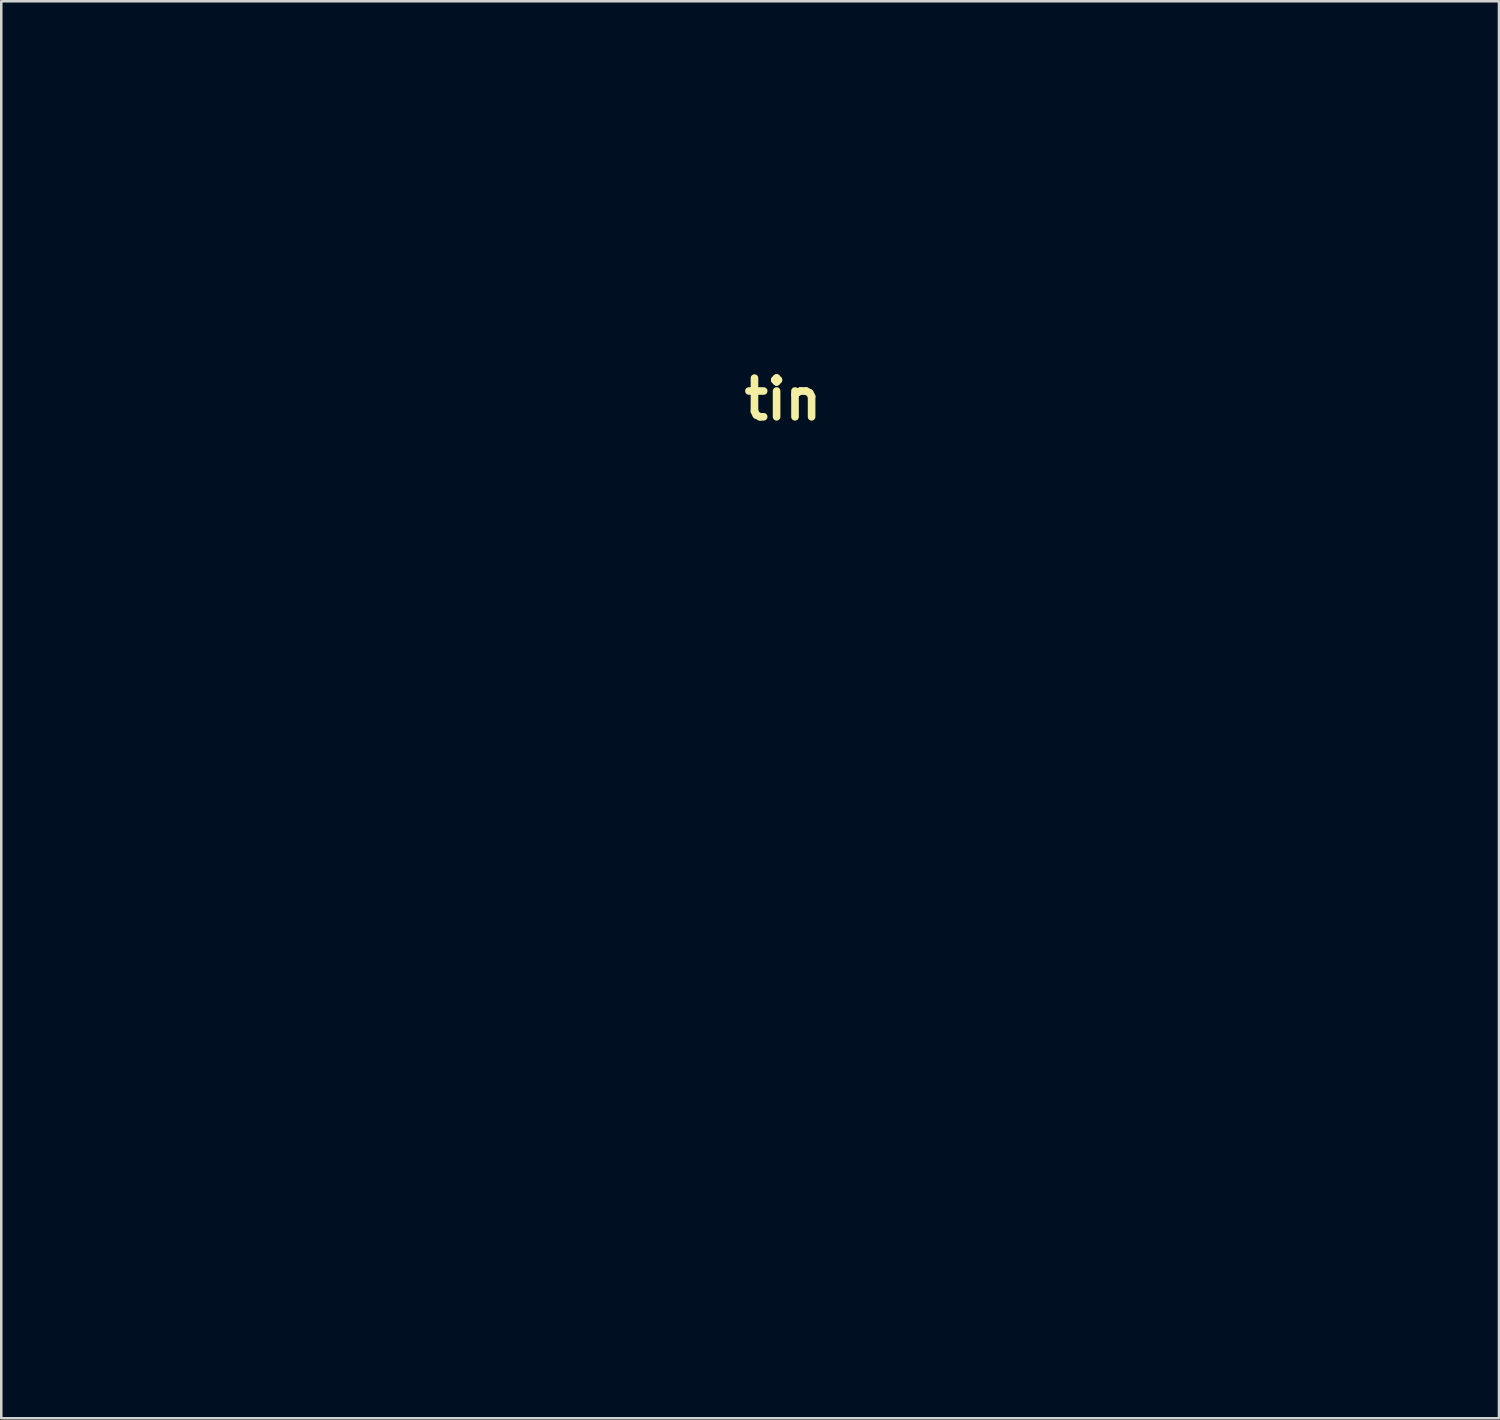
<source format=kicad_pcb>
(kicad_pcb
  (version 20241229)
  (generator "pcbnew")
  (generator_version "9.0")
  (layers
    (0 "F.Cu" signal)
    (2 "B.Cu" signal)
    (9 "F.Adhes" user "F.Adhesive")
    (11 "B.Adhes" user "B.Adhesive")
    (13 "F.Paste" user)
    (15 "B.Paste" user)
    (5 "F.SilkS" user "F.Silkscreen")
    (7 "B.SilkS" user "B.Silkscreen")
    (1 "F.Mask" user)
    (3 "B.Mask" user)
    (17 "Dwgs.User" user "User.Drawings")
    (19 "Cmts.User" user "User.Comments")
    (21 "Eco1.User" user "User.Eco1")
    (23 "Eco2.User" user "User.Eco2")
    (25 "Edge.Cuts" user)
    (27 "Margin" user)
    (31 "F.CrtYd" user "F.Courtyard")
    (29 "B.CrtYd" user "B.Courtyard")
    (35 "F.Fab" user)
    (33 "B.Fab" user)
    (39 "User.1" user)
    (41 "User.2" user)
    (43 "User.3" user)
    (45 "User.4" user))
  (footprint "tin"
    (layer "F.Cu")
    (at 27.791 12.677)
    (property "Reference" "tin" (at 0 0 0) (layer "F.SilkS") (effects (font (size 1.524 1.524) (thickness 0.3))))
    (attr through_hole)
    (fp_poly (pts (xy 21.556 20.555) (xy 21.471 20.732) (xy 21.461 20.747) (xy 21.318 20.979) (xy 21.134 21.295) (xy 21.035 21.472) (xy 20.735 21.982) (xy 20.423 22.462) (xy 20.134 22.857) (xy 19.953 23.068) (xy 19.745 23.327) (xy 19.596 23.568) (xy 19.345 23.997) (xy 18.977 24.544) (xy 18.513 25.183) (xy 17.973 25.886) (xy 17.379 26.626) (xy 16.751 27.375) (xy 16.35 27.836) (xy 16.024 28.208) (xy 15.715 28.562) (xy 15.468 28.847) (xy 15.368 28.965) (xy 15.137 29.209) (xy 14.98 29.293) (xy 14.869 29.23) (xy 14.855 29.208) (xy 14.869 29.072) (xy 14.937 28.977) (xy 15.001 28.898) (xy 15.081 28.76) (xy 15.19 28.541) (xy 15.338 28.213) (xy 15.539 27.752) (xy 15.804 27.133) (xy 15.818 27.1) (xy 15.95 26.805) (xy 16.047 26.6) (xy 16.121 26.425) (xy 16.247 26.098) (xy 16.413 25.657) (xy 16.603 25.138) (xy 16.752 24.726) (xy 17.333 23.102) (xy 18.766 22.298) (xy 19.262 22.015) (xy 19.705 21.753) (xy 20.063 21.532) (xy 20.301 21.374) (xy 20.374 21.316) (xy 20.616 21.096) (xy 20.903 20.867) (xy 21.184 20.667) (xy 21.406 20.533) (xy 21.501 20.5) (xy 21.556 20.555)) (stroke (width 0.01) (type solid)) (fill yes) (layer "F.Mask"))
    (fp_poly (pts (xy -11.144 17.845) (xy -10.622 17.871) (xy -10.168 17.9) (xy -9.62 17.933) (xy -8.915 17.966) (xy -8.096 18) (xy -7.208 18.031) (xy -6.292 18.059) (xy -5.394 18.081) (xy -5.2 18.085) (xy -1.95 18.15) (xy -1.886 19.25) (xy -1.866 19.66) (xy -1.844 20.227) (xy -1.82 20.911) (xy -1.797 21.667) (xy -1.775 22.455) (xy -1.761 23.025) (xy -1.7 25.7) (xy -2.875 25.68) (xy -3.435 25.669) (xy -4.012 25.656) (xy -4.525 25.641) (xy -4.8 25.632) (xy -5.397 25.603) (xy -6.079 25.559) (xy -6.815 25.502) (xy -7.575 25.436) (xy -8.328 25.364) (xy -9.043 25.288) (xy -9.69 25.214) (xy -10.238 25.142) (xy -10.656 25.077) (xy -10.914 25.021) (xy -10.952 25.008) (xy -11.025 24.959) (xy -11.088 24.863) (xy -11.147 24.691) (xy -11.207 24.418) (xy -11.277 24.018) (xy -11.36 23.463) (xy -11.428 22.987) (xy -11.527 22.272) (xy -11.629 21.516) (xy -11.724 20.782) (xy -11.805 20.136) (xy -11.851 19.75) (xy -11.913 19.238) (xy -11.972 18.777) (xy -12.022 18.415) (xy -12.057 18.199) (xy -12.06 18.187) (xy -12.066 17.958) (xy -12.003 17.852) (xy -11.869 17.835) (xy -11.571 17.833) (xy -11.144 17.845)) (stroke (width 0.01) (type solid)) (fill yes) (layer "F.Mask"))
    (fp_poly (pts (xy -27.421 14.224) (xy -27.229 14.331) (xy -26.661 14.644) (xy -25.946 14.972) (xy -25.133 15.297) (xy -24.272 15.6) (xy -23.411 15.862) (xy -22.663 16.05) (xy -22.242 16.159) (xy -21.981 16.267) (xy -21.838 16.394) (xy -21.815 16.432) (xy -21.755 16.607) (xy -21.667 16.935) (xy -21.561 17.375) (xy -21.448 17.883) (xy -21.413 18.05) (xy -21.269 18.705) (xy -21.094 19.433) (xy -20.913 20.141) (xy -20.758 20.7) (xy -20.623 21.183) (xy -20.516 21.605) (xy -20.445 21.926) (xy -20.421 22.104) (xy -20.422 22.115) (xy -20.462 22.181) (xy -20.57 22.181) (xy -20.779 22.105) (xy -21.122 21.944) (xy -21.25 21.881) (xy -21.62 21.689) (xy -21.924 21.516) (xy -22.115 21.391) (xy -22.15 21.36) (xy -22.292 21.251) (xy -22.55 21.101) (xy -22.75 21) (xy -23.201 20.753) (xy -23.673 20.443) (xy -24.122 20.104) (xy -24.504 19.771) (xy -24.773 19.479) (xy -24.85 19.363) (xy -24.989 19.136) (xy -25.1 19.01) (xy -25.123 19) (xy -25.198 18.923) (xy -25.2 18.899) (xy -25.248 18.777) (xy -25.376 18.521) (xy -25.566 18.172) (xy -25.763 17.824) (xy -26.066 17.288) (xy -26.399 16.678) (xy -26.709 16.094) (xy -26.825 15.868) (xy -27.053 15.437) (xy -27.276 15.049) (xy -27.465 14.754) (xy -27.562 14.628) (xy -27.756 14.366) (xy -27.786 14.2) (xy -27.668 14.148) (xy -27.421 14.224)) (stroke (width 0.01) (type solid)) (fill yes) (layer "F.Mask"))
    (fp_poly (pts (xy 9.448 18.46) (xy 9.416 18.78) (xy 9.369 19.224) (xy 9.311 19.753) (xy 9.245 20.33) (xy 9.177 20.914) (xy 9.111 21.468) (xy 9.051 21.952) (xy 9.003 22.329) (xy 8.971 22.56) (xy 8.963 22.6) (xy 8.922 22.818) (xy 8.86 23.178) (xy 8.774 23.701) (xy 8.698 24.176) (xy 8.619 24.595) (xy 8.517 24.857) (xy 8.349 25.008) (xy 8.073 25.091) (xy 7.75 25.137) (xy 7.451 25.172) (xy 7.014 25.224) (xy 6.499 25.286) (xy 6 25.346) (xy 5.345 25.416) (xy 4.618 25.48) (xy 3.847 25.538) (xy 3.056 25.587) (xy 2.273 25.627) (xy 1.522 25.658) (xy 0.831 25.677) (xy 0.225 25.684) (xy -0.269 25.679) (xy -0.626 25.659) (xy -0.82 25.625) (xy -0.845 25.608) (xy -0.864 25.486) (xy -0.886 25.193) (xy -0.911 24.754) (xy -0.938 24.198) (xy -0.966 23.552) (xy -0.994 22.843) (xy -1.022 22.099) (xy -1.047 21.347) (xy -1.069 20.616) (xy -1.088 19.931) (xy -1.102 19.321) (xy -1.109 18.814) (xy -1.11 18.436) (xy -1.107 18.275) (xy -1.092 18.219) (xy -1.035 18.176) (xy -0.912 18.145) (xy -0.701 18.124) (xy -0.377 18.11) (xy 0.084 18.102) (xy 0.705 18.098) (xy 1.225 18.097) (xy 2.348 18.088) (xy 3.562 18.065) (xy 4.813 18.029) (xy 6.047 17.982) (xy 7.209 17.927) (xy 8.246 17.865) (xy 8.592 17.84) (xy 9.509 17.771) (xy 9.448 18.46)) (stroke (width 0.01) (type solid)) (fill yes) (layer "F.Mask"))
    (fp_poly (pts (xy 8.362 26.059) (xy 8.244 26.746) (xy 8.15 27.252) (xy 8.077 27.595) (xy 8.02 27.793) (xy 7.993 27.85) (xy 7.939 27.99) (xy 7.86 28.271) (xy 7.77 28.638) (xy 7.751 28.725) (xy 7.661 29.087) (xy 7.576 29.359) (xy 7.51 29.493) (xy 7.498 29.5) (xy 7.424 29.587) (xy 7.352 29.798) (xy 7.346 29.825) (xy 7.207 30.35) (xy 6.999 30.996) (xy 6.739 31.716) (xy 6.446 32.466) (xy 6.139 33.197) (xy 5.836 33.865) (xy 5.556 34.423) (xy 5.368 34.747) (xy 5.09 35.125) (xy 4.723 35.552) (xy 4.332 35.954) (xy 3.985 36.259) (xy 3.775 36.368) (xy 3.596 36.425) (xy 2.574 36.651) (xy 1.719 36.824) (xy 1.005 36.95) (xy 0.408 37.031) (xy 0.025 37.066) (xy -0.9 37.13) (xy -0.9 31.885) (xy -0.899 30.647) (xy -0.895 29.597) (xy -0.889 28.724) (xy -0.879 28.015) (xy -0.866 27.458) (xy -0.85 27.041) (xy -0.829 26.754) (xy -0.805 26.583) (xy -0.78 26.52) (xy -0.645 26.469) (xy -0.349 26.432) (xy 0.119 26.41) (xy 0.772 26.4) (xy 0.97 26.4) (xy 1.516 26.395) (xy 1.984 26.382) (xy 2.341 26.361) (xy 2.554 26.335) (xy 2.6 26.315) (xy 2.694 26.279) (xy 2.95 26.239) (xy 3.331 26.2) (xy 3.799 26.167) (xy 3.875 26.163) (xy 4.936 26.088) (xy 6.114 25.972) (xy 7.33 25.825) (xy 7.939 25.74) (xy 8.428 25.669) (xy 8.362 26.059)) (stroke (width 0.01) (type solid)) (fill yes) (layer "F.Mask"))
    (fp_poly (pts (xy 18.796 16.627) (xy 18.827 16.84) (xy 18.792 17.217) (xy 18.691 17.765) (xy 18.558 18.35) (xy 18.434 18.84) (xy 18.286 19.383) (xy 18.124 19.944) (xy 17.96 20.488) (xy 17.805 20.98) (xy 17.668 21.386) (xy 17.561 21.67) (xy 17.495 21.799) (xy 17.492 21.801) (xy 17.413 21.927) (xy 17.349 22.119) (xy 17.237 22.378) (xy 17.116 22.535) (xy 16.912 22.66) (xy 16.538 22.831) (xy 16.015 23.038) (xy 15.366 23.274) (xy 14.802 23.465) (xy 14.443 23.591) (xy 14.163 23.702) (xy 14.013 23.777) (xy 14.002 23.788) (xy 13.911 23.842) (xy 13.691 23.918) (xy 13.33 24.02) (xy 12.813 24.151) (xy 12.129 24.315) (xy 11.264 24.514) (xy 11.106 24.55) (xy 10.434 24.7) (xy 9.931 24.804) (xy 9.572 24.865) (xy 9.331 24.886) (xy 9.182 24.87) (xy 9.1 24.82) (xy 9.07 24.767) (xy 9.058 24.596) (xy 9.084 24.311) (xy 9.109 24.153) (xy 9.17 23.761) (xy 9.238 23.21) (xy 9.309 22.543) (xy 9.379 21.802) (xy 9.444 21.027) (xy 9.501 20.262) (xy 9.546 19.548) (xy 9.556 19.35) (xy 9.588 18.834) (xy 9.627 18.385) (xy 9.671 18.043) (xy 9.713 17.849) (xy 9.725 17.825) (xy 9.88 17.751) (xy 10.163 17.706) (xy 10.337 17.699) (xy 10.817 17.681) (xy 11.451 17.629) (xy 12.246 17.54) (xy 13.209 17.414) (xy 14.347 17.251) (xy 15.668 17.049) (xy 17 16.836) (xy 17.543 16.749) (xy 18.022 16.672) (xy 18.401 16.612) (xy 18.641 16.576) (xy 18.7 16.567) (xy 18.796 16.627)) (stroke (width 0.01) (type solid)) (fill yes) (layer "F.Mask"))
    (fp_poly (pts (xy -23.933 20.537) (xy -23.69 20.69) (xy -23.342 20.972) (xy -23.1 21.187) (xy -22.849 21.405) (xy -22.653 21.555) (xy -22.565 21.6) (xy -22.432 21.653) (xy -22.226 21.782) (xy -22.215 21.789) (xy -22.018 21.912) (xy -21.691 22.097) (xy -21.285 22.317) (xy -20.95 22.493) (xy -20.493 22.735) (xy -20.182 22.923) (xy -19.979 23.085) (xy -19.847 23.249) (xy -19.778 23.378) (xy -19.667 23.648) (xy -19.606 23.854) (xy -19.603 23.888) (xy -19.567 24.036) (xy -19.472 24.321) (xy -19.336 24.696) (xy -19.243 24.938) (xy -19.04 25.457) (xy -18.819 26.025) (xy -18.62 26.537) (xy -18.577 26.65) (xy -18.38 27.136) (xy -18.171 27.617) (xy -17.967 28.052) (xy -17.789 28.404) (xy -17.653 28.634) (xy -17.595 28.701) (xy -17.515 28.827) (xy -17.447 29.026) (xy -17.42 29.227) (xy -17.479 29.294) (xy -17.628 29.22) (xy -17.875 29) (xy -18.225 28.631) (xy -18.685 28.107) (xy -18.861 27.9) (xy -19.241 27.455) (xy -19.579 27.069) (xy -19.853 26.765) (xy -20.042 26.567) (xy -20.122 26.5) (xy -20.198 26.424) (xy -20.2 26.404) (xy -20.258 26.291) (xy -20.414 26.056) (xy -20.645 25.733) (xy -20.909 25.381) (xy -21.244 24.928) (xy -21.579 24.449) (xy -21.868 24.014) (xy -22.012 23.78) (xy -22.215 23.449) (xy -22.395 23.185) (xy -22.519 23.039) (xy -22.532 23.029) (xy -22.665 22.897) (xy -22.859 22.642) (xy -23.092 22.301) (xy -23.341 21.912) (xy -23.585 21.51) (xy -23.799 21.133) (xy -23.963 20.818) (xy -24.053 20.601) (xy -24.057 20.524) (xy -23.933 20.537)) (stroke (width 0.01) (type solid)) (fill yes) (layer "F.Mask"))
    (fp_poly (pts (xy 25.194 14.258) (xy 25.134 14.425) (xy 25 14.6) (xy 24.858 14.793) (xy 24.8 14.925) (xy 24.747 15.065) (xy 24.617 15.276) (xy 24.607 15.29) (xy 24.47 15.509) (xy 24.282 15.843) (xy 24.08 16.228) (xy 24.04 16.306) (xy 23.793 16.782) (xy 23.509 17.306) (xy 23.257 17.75) (xy 23.046 18.119) (xy 22.862 18.455) (xy 22.74 18.694) (xy 22.728 18.721) (xy 22.583 18.988) (xy 22.452 19.171) (xy 22.293 19.358) (xy 22.078 19.616) (xy 21.994 19.718) (xy 21.766 19.941) (xy 21.421 20.219) (xy 21.011 20.515) (xy 20.59 20.792) (xy 20.212 21.013) (xy 19.931 21.141) (xy 19.925 21.143) (xy 19.751 21.225) (xy 19.7 21.289) (xy 19.618 21.359) (xy 19.404 21.494) (xy 19.101 21.67) (xy 18.756 21.862) (xy 18.414 22.045) (xy 18.12 22.194) (xy 17.919 22.284) (xy 17.863 22.3) (xy 17.81 22.217) (xy 17.8 22.117) (xy 17.83 21.946) (xy 17.91 21.638) (xy 18.027 21.242) (xy 18.106 20.992) (xy 18.262 20.484) (xy 18.427 19.892) (xy 18.592 19.257) (xy 18.748 18.617) (xy 18.887 18.012) (xy 18.997 17.48) (xy 19.071 17.063) (xy 19.098 16.797) (xy 19.098 16.797) (xy 19.144 16.58) (xy 19.293 16.399) (xy 19.571 16.241) (xy 20.002 16.088) (xy 20.486 15.958) (xy 20.952 15.836) (xy 21.388 15.712) (xy 21.728 15.602) (xy 21.848 15.557) (xy 22.12 15.457) (xy 22.326 15.403) (xy 22.358 15.4) (xy 22.493 15.359) (xy 22.77 15.245) (xy 23.153 15.075) (xy 23.605 14.865) (xy 23.742 14.8) (xy 24.204 14.582) (xy 24.604 14.399) (xy 24.907 14.268) (xy 25.077 14.204) (xy 25.096 14.2) (xy 25.194 14.258)) (stroke (width 0.01) (type solid)) (fill yes) (layer "F.Mask"))
    (fp_poly (pts (xy -10.358 25.755) (xy -10.029 25.793) (xy -9.508 25.86) (xy -8.925 25.936) (xy -8.463 25.996) (xy -8.034 26.043) (xy -7.483 26.093) (xy -6.888 26.137) (xy -6.438 26.164) (xy -5.967 26.196) (xy -5.579 26.234) (xy -5.31 26.274) (xy -5.201 26.312) (xy -5.2 26.315) (xy -5.106 26.344) (xy -4.845 26.368) (xy -4.451 26.387) (xy -3.958 26.398) (xy -3.608 26.4) (xy -3.054 26.404) (xy -2.563 26.414) (xy -2.174 26.429) (xy -1.924 26.448) (xy -1.858 26.461) (xy -1.823 26.49) (xy -1.794 26.56) (xy -1.769 26.685) (xy -1.749 26.882) (xy -1.734 27.167) (xy -1.722 27.554) (xy -1.713 28.06) (xy -1.707 28.701) (xy -1.703 29.492) (xy -1.701 30.448) (xy -1.7 31.586) (xy -1.7 31.811) (xy -1.7 37.1) (xy -2.325 37.086) (xy -2.702 37.072) (xy -3.032 37.05) (xy -3.2 37.03) (xy -3.399 36.993) (xy -3.745 36.925) (xy -4.19 36.836) (xy -4.686 36.736) (xy -5.183 36.635) (xy -5.633 36.543) (xy -5.988 36.469) (xy -6.191 36.425) (xy -6.373 36.369) (xy -6.551 36.273) (xy -6.753 36.11) (xy -7.009 35.858) (xy -7.346 35.492) (xy -7.604 35.2) (xy -7.84 34.873) (xy -8.118 34.388) (xy -8.424 33.78) (xy -8.743 33.083) (xy -9.058 32.332) (xy -9.356 31.559) (xy -9.621 30.8) (xy -9.762 30.35) (xy -9.886 29.953) (xy -9.996 29.634) (xy -10.077 29.438) (xy -10.103 29.4) (xy -10.149 29.29) (xy -10.23 29.02) (xy -10.336 28.622) (xy -10.458 28.132) (xy -10.537 27.8) (xy -10.665 27.255) (xy -10.781 26.765) (xy -10.876 26.37) (xy -10.94 26.11) (xy -10.959 26.036) (xy -10.977 25.871) (xy -10.901 25.774) (xy -10.704 25.737) (xy -10.358 25.755)) (stroke (width 0.01) (type solid)) (fill yes) (layer "F.Mask"))
    (fp_poly (pts (xy -21.028 16.603) (xy -20.651 16.66) (xy -20.4 16.706) (xy -19.938 16.791) (xy -19.347 16.888) (xy -18.699 16.986) (xy -18.062 17.076) (xy -17.95 17.091) (xy -17.383 17.168) (xy -16.848 17.245) (xy -16.396 17.314) (xy -16.075 17.37) (xy -16 17.385) (xy -15.735 17.428) (xy -15.322 17.48) (xy -14.811 17.535) (xy -14.254 17.586) (xy -14.1 17.599) (xy -13.567 17.643) (xy -13.092 17.686) (xy -12.717 17.722) (xy -12.485 17.748) (xy -12.444 17.755) (xy -12.373 17.779) (xy -12.318 17.837) (xy -12.275 17.957) (xy -12.239 18.164) (xy -12.206 18.484) (xy -12.171 18.945) (xy -12.132 19.572) (xy -12.12 19.772) (xy -12.069 20.499) (xy -12.004 21.268) (xy -11.931 22.015) (xy -11.856 22.676) (xy -11.8 23.084) (xy -11.705 23.724) (xy -11.641 24.193) (xy -11.611 24.516) (xy -11.615 24.722) (xy -11.657 24.835) (xy -11.737 24.884) (xy -11.857 24.893) (xy -11.925 24.892) (xy -12.183 24.864) (xy -12.557 24.798) (xy -12.969 24.709) (xy -13 24.701) (xy -13.389 24.608) (xy -13.908 24.485) (xy -14.491 24.348) (xy -15.074 24.212) (xy -15.125 24.201) (xy -15.618 24.081) (xy -16.033 23.971) (xy -16.334 23.88) (xy -16.488 23.818) (xy -16.5 23.805) (xy -16.588 23.738) (xy -16.816 23.642) (xy -17.075 23.557) (xy -17.46 23.437) (xy -17.825 23.315) (xy -18 23.252) (xy -18.288 23.143) (xy -18.667 22.999) (xy -18.95 22.893) (xy -19.34 22.741) (xy -19.586 22.617) (xy -19.733 22.48) (xy -19.827 22.291) (xy -19.901 22.048) (xy -19.99 21.783) (xy -20.073 21.623) (xy -20.103 21.6) (xy -20.166 21.511) (xy -20.261 21.276) (xy -20.37 20.943) (xy -20.39 20.875) (xy -20.518 20.442) (xy -20.648 20.016) (xy -20.748 19.7) (xy -20.891 19.233) (xy -21.034 18.714) (xy -21.166 18.181) (xy -21.282 17.67) (xy -21.372 17.219) (xy -21.428 16.865) (xy -21.443 16.644) (xy -21.429 16.593) (xy -21.303 16.579) (xy -21.028 16.603)) (stroke (width 0.01) (type solid)) (fill yes) (layer "F.Mask"))
    (fp_poly (pts (xy -19.007 23.365) (xy -18.789 23.455) (xy -18.51 23.593) (xy -18.304 23.717) (xy -18.26 23.753) (xy -18.1 23.841) (xy -17.775 23.967) (xy -17.313 24.121) (xy -16.745 24.296) (xy -16.1 24.483) (xy -15.406 24.676) (xy -14.695 24.865) (xy -13.994 25.043) (xy -13.333 25.201) (xy -12.742 25.331) (xy -12.25 25.426) (xy -12.072 25.454) (xy -11.648 25.582) (xy -11.389 25.816) (xy -11.3 26.154) (xy -11.3 26.16) (xy -11.276 26.362) (xy -11.21 26.705) (xy -11.11 27.156) (xy -10.985 27.684) (xy -10.843 28.256) (xy -10.693 28.839) (xy -10.543 29.401) (xy -10.401 29.909) (xy -10.276 30.331) (xy -10.176 30.635) (xy -10.11 30.788) (xy -10.096 30.8) (xy -10.023 30.887) (xy -9.952 31.098) (xy -9.946 31.125) (xy -9.858 31.434) (xy -9.73 31.783) (xy -9.702 31.85) (xy -9.585 32.123) (xy -9.421 32.514) (xy -9.236 32.956) (xy -9.155 33.15) (xy -8.925 33.667) (xy -8.653 34.23) (xy -8.388 34.734) (xy -8.333 34.834) (xy -8.139 35.182) (xy -7.995 35.459) (xy -7.921 35.624) (xy -7.917 35.651) (xy -8.021 35.637) (xy -8.262 35.568) (xy -8.59 35.46) (xy -8.624 35.449) (xy -9.007 35.307) (xy -9.352 35.168) (xy -9.573 35.066) (xy -9.784 34.958) (xy -10.118 34.789) (xy -10.518 34.589) (xy -10.728 34.485) (xy -11.15 34.264) (xy -11.54 34.038) (xy -11.838 33.844) (xy -11.928 33.775) (xy -12.23 33.55) (xy -12.55 33.358) (xy -12.591 33.337) (xy -12.819 33.208) (xy -13.153 32.994) (xy -13.54 32.729) (xy -13.772 32.562) (xy -14.176 32.268) (xy -14.567 31.984) (xy -14.888 31.753) (xy -15.011 31.664) (xy -15.585 31.172) (xy -16.146 30.539) (xy -16.653 29.822) (xy -17.065 29.081) (xy -17.296 28.512) (xy -17.407 28.222) (xy -17.515 28.008) (xy -17.55 27.962) (xy -17.663 27.79) (xy -17.833 27.457) (xy -18.047 26.989) (xy -18.295 26.413) (xy -18.565 25.755) (xy -18.844 25.042) (xy -18.909 24.871) (xy -19.133 24.266) (xy -19.276 23.826) (xy -19.336 23.533) (xy -19.312 23.371) (xy -19.203 23.321) (xy -19.007 23.365)) (stroke (width 0.01) (type solid)) (fill yes) (layer "F.Mask"))
    (fp_poly (pts (xy 16.789 23.382) (xy 16.8 23.458) (xy 16.768 23.624) (xy 16.685 23.919) (xy 16.57 24.283) (xy 16.443 24.658) (xy 16.323 24.984) (xy 16.231 25.204) (xy 16.205 25.25) (xy 16.134 25.396) (xy 16.028 25.661) (xy 15.959 25.85) (xy 15.813 26.242) (xy 15.64 26.671) (xy 15.458 27.099) (xy 15.284 27.483) (xy 15.137 27.786) (xy 15.033 27.967) (xy 14.999 28) (xy 14.924 28.084) (xy 14.814 28.297) (xy 14.758 28.425) (xy 14.302 29.429) (xy 13.817 30.253) (xy 13.292 30.917) (xy 13.244 30.968) (xy 12.963 31.252) (xy 12.731 31.469) (xy 12.585 31.588) (xy 12.557 31.6) (xy 12.443 31.659) (xy 12.229 31.813) (xy 12.014 31.983) (xy 11.486 32.391) (xy 10.863 32.827) (xy 10.231 33.232) (xy 9.857 33.451) (xy 9.553 33.635) (xy 9.302 33.811) (xy 9.213 33.887) (xy 9.049 34.003) (xy 8.741 34.181) (xy 8.326 34.403) (xy 7.841 34.649) (xy 7.324 34.901) (xy 6.813 35.139) (xy 6.346 35.346) (xy 6.108 35.444) (xy 5.707 35.599) (xy 5.459 35.679) (xy 5.333 35.693) (xy 5.3 35.652) (xy 5.35 35.55) (xy 5.481 35.328) (xy 5.663 35.036) (xy 5.929 34.574) (xy 6.229 33.978) (xy 6.538 33.306) (xy 6.828 32.615) (xy 7.075 31.962) (xy 7.162 31.705) (xy 7.286 31.345) (xy 7.397 31.065) (xy 7.474 30.915) (xy 7.485 30.905) (xy 7.558 30.776) (xy 7.667 30.483) (xy 7.801 30.057) (xy 7.953 29.529) (xy 8.113 28.93) (xy 8.273 28.291) (xy 8.424 27.644) (xy 8.509 27.25) (xy 8.625 26.721) (xy 8.733 26.259) (xy 8.826 25.9) (xy 8.894 25.681) (xy 8.916 25.636) (xy 9.063 25.555) (xy 9.331 25.482) (xy 9.478 25.456) (xy 10.101 25.353) (xy 10.856 25.198) (xy 11.689 25.006) (xy 12.543 24.79) (xy 13.362 24.562) (xy 13.4 24.55) (xy 13.933 24.389) (xy 14.447 24.224) (xy 14.908 24.07) (xy 15.277 23.937) (xy 15.521 23.84) (xy 15.6 23.795) (xy 15.717 23.718) (xy 15.952 23.6) (xy 16.238 23.472) (xy 16.505 23.363) (xy 16.686 23.303) (xy 16.713 23.3) (xy 16.789 23.382)) (stroke (width 0.01) (type solid)) (fill yes) (layer "F.Mask"))
    (fp_poly (pts (xy 8.611 -12.584) (xy 8.741 -12.394) (xy 8.775 -12.345) (xy 8.895 -12.115) (xy 9.043 -11.753) (xy 9.193 -11.319) (xy 9.262 -11.095) (xy 9.379 -10.67) (xy 9.458 -10.306) (xy 9.505 -9.942) (xy 9.528 -9.516) (xy 9.534 -8.968) (xy 9.533 -8.8) (xy 9.527 -8.22) (xy 9.508 -7.786) (xy 9.469 -7.446) (xy 9.405 -7.146) (xy 9.308 -6.834) (xy 9.271 -6.728) (xy 8.875 -5.849) (xy 8.368 -5.131) (xy 7.739 -4.562) (xy 7.251 -4.261) (xy 6.921 -4.1) (xy 6.676 -4.029) (xy 6.43 -4.037) (xy 6.1 -4.111) (xy 5.861 -4.146) (xy 5.477 -4.17) (xy 5.004 -4.181) (xy 4.55 -4.178) (xy 4.034 -4.171) (xy 3.665 -4.177) (xy 3.394 -4.206) (xy 3.167 -4.264) (xy 2.934 -4.36) (xy 2.75 -4.447) (xy 2.018 -4.911) (xy 1.386 -5.523) (xy 0.879 -6.248) (xy 0.52 -7.05) (xy 0.457 -7.336) (xy 2.6 -7.336) (xy 2.68 -6.602) (xy 2.904 -5.962) (xy 3.252 -5.43) (xy 3.701 -5.022) (xy 4.229 -4.754) (xy 4.815 -4.64) (xy 5.437 -4.696) (xy 6.024 -4.912) (xy 6.413 -5.2) (xy 6.766 -5.62) (xy 7.033 -6.107) (xy 7.114 -6.34) (xy 7.214 -6.951) (xy 7.207 -7.621) (xy 7.105 -8.286) (xy 6.915 -8.884) (xy 6.682 -9.304) (xy 6.244 -9.744) (xy 5.718 -10.025) (xy 5.138 -10.145) (xy 4.54 -10.104) (xy 3.957 -9.898) (xy 3.426 -9.528) (xy 3.349 -9.454) (xy 2.957 -8.942) (xy 2.712 -8.327) (xy 2.606 -7.588) (xy 2.6 -7.336) (xy 0.457 -7.336) (xy 0.334 -7.895) (xy 0.323 -8.022) (xy 0.306 -8.426) (xy 0.34 -8.729) (xy 0.442 -9.027) (xy 0.542 -9.243) (xy 0.888 -9.795) (xy 1.308 -10.171) (xy 1.827 -10.389) (xy 2.152 -10.446) (xy 2.449 -10.491) (xy 2.854 -10.568) (xy 3.327 -10.668) (xy 3.825 -10.781) (xy 4.309 -10.897) (xy 4.738 -11.007) (xy 5.071 -11.101) (xy 5.267 -11.17) (xy 5.3 -11.19) (xy 5.412 -11.257) (xy 5.657 -11.369) (xy 5.95 -11.492) (xy 6.302 -11.64) (xy 6.762 -11.846) (xy 7.258 -12.075) (xy 7.545 -12.212) (xy 7.945 -12.403) (xy 8.271 -12.554) (xy 8.485 -12.649) (xy 8.552 -12.672) (xy 8.611 -12.584)) (stroke (width 0.01) (type solid)) (fill yes) (layer "F.Mask"))
    (fp_poly (pts (xy -10.959 -12.64) (xy -10.746 -12.532) (xy -10.719 -12.513) (xy -10.446 -12.351) (xy -10.103 -12.186) (xy -9.994 -12.141) (xy -9.709 -12.023) (xy -9.5 -11.924) (xy -9.45 -11.893) (xy -9.313 -11.822) (xy -9.044 -11.703) (xy -8.698 -11.56) (xy -8.65 -11.541) (xy -8.307 -11.4) (xy -8.042 -11.28) (xy -7.906 -11.205) (xy -7.9 -11.199) (xy -7.776 -11.139) (xy -7.496 -11.051) (xy -7.1 -10.944) (xy -6.629 -10.829) (xy -6.123 -10.714) (xy -5.621 -10.609) (xy -5.165 -10.524) (xy -4.905 -10.483) (xy -4.468 -10.412) (xy -4.167 -10.335) (xy -3.94 -10.225) (xy -3.725 -10.06) (xy -3.664 -10.007) (xy -3.264 -9.557) (xy -3.02 -9.051) (xy -2.912 -8.442) (xy -2.902 -8.167) (xy -2.996 -7.315) (xy -3.275 -6.508) (xy -3.723 -5.769) (xy -4.326 -5.122) (xy -5.071 -4.588) (xy -5.204 -4.514) (xy -5.457 -4.382) (xy -5.669 -4.289) (xy -5.884 -4.229) (xy -6.148 -4.193) (xy -6.504 -4.172) (xy -6.999 -4.161) (xy -7.239 -4.157) (xy -7.782 -4.144) (xy -8.283 -4.124) (xy -8.692 -4.1) (xy -8.961 -4.074) (xy -9 -4.067) (xy -9.268 -4.051) (xy -9.546 -4.124) (xy -9.85 -4.273) (xy -10.529 -4.733) (xy -11.081 -5.315) (xy -11.518 -6.033) (xy -11.849 -6.903) (xy -11.891 -7.076) (xy -9.769 -7.076) (xy -9.648 -6.381) (xy -9.401 -5.773) (xy -9.037 -5.276) (xy -8.565 -4.915) (xy -8.146 -4.747) (xy -7.77 -4.653) (xy -7.5 -4.617) (xy -7.25 -4.639) (xy -6.933 -4.72) (xy -6.836 -4.748) (xy -6.395 -4.954) (xy -5.972 -5.281) (xy -5.607 -5.683) (xy -5.339 -6.115) (xy -5.209 -6.532) (xy -5.202 -6.625) (xy -5.153 -6.773) (xy -5.1 -6.8) (xy -5.047 -6.891) (xy -5.011 -7.129) (xy -5 -7.4) (xy -5.013 -7.716) (xy -5.047 -7.934) (xy -5.087 -8) (xy -5.163 -8.087) (xy -5.256 -8.308) (xy -5.299 -8.446) (xy -5.523 -8.942) (xy -5.887 -9.416) (xy -6.335 -9.802) (xy -6.536 -9.923) (xy -7.096 -10.111) (xy -7.684 -10.128) (xy -8.261 -9.992) (xy -8.786 -9.718) (xy -9.222 -9.324) (xy -9.528 -8.827) (xy -9.598 -8.628) (xy -9.756 -7.833) (xy -9.769 -7.076) (xy -11.891 -7.076) (xy -12.019 -7.594) (xy -12.128 -8.259) (xy -12.163 -8.886) (xy -12.122 -9.536) (xy -12.003 -10.27) (xy -11.895 -10.774) (xy -11.762 -11.263) (xy -11.597 -11.74) (xy -11.419 -12.16) (xy -11.248 -12.478) (xy -11.103 -12.648) (xy -11.101 -12.649) (xy -10.959 -12.64)) (stroke (width 0.01) (type solid)) (fill yes) (layer "F.Mask")))
  (gr_rect
    (start -3 -3)
    (end 55.99 52.812)
    (stroke (width 0.1) (type default))
    (fill no)
    (layer "Edge.Cuts")))
</source>
